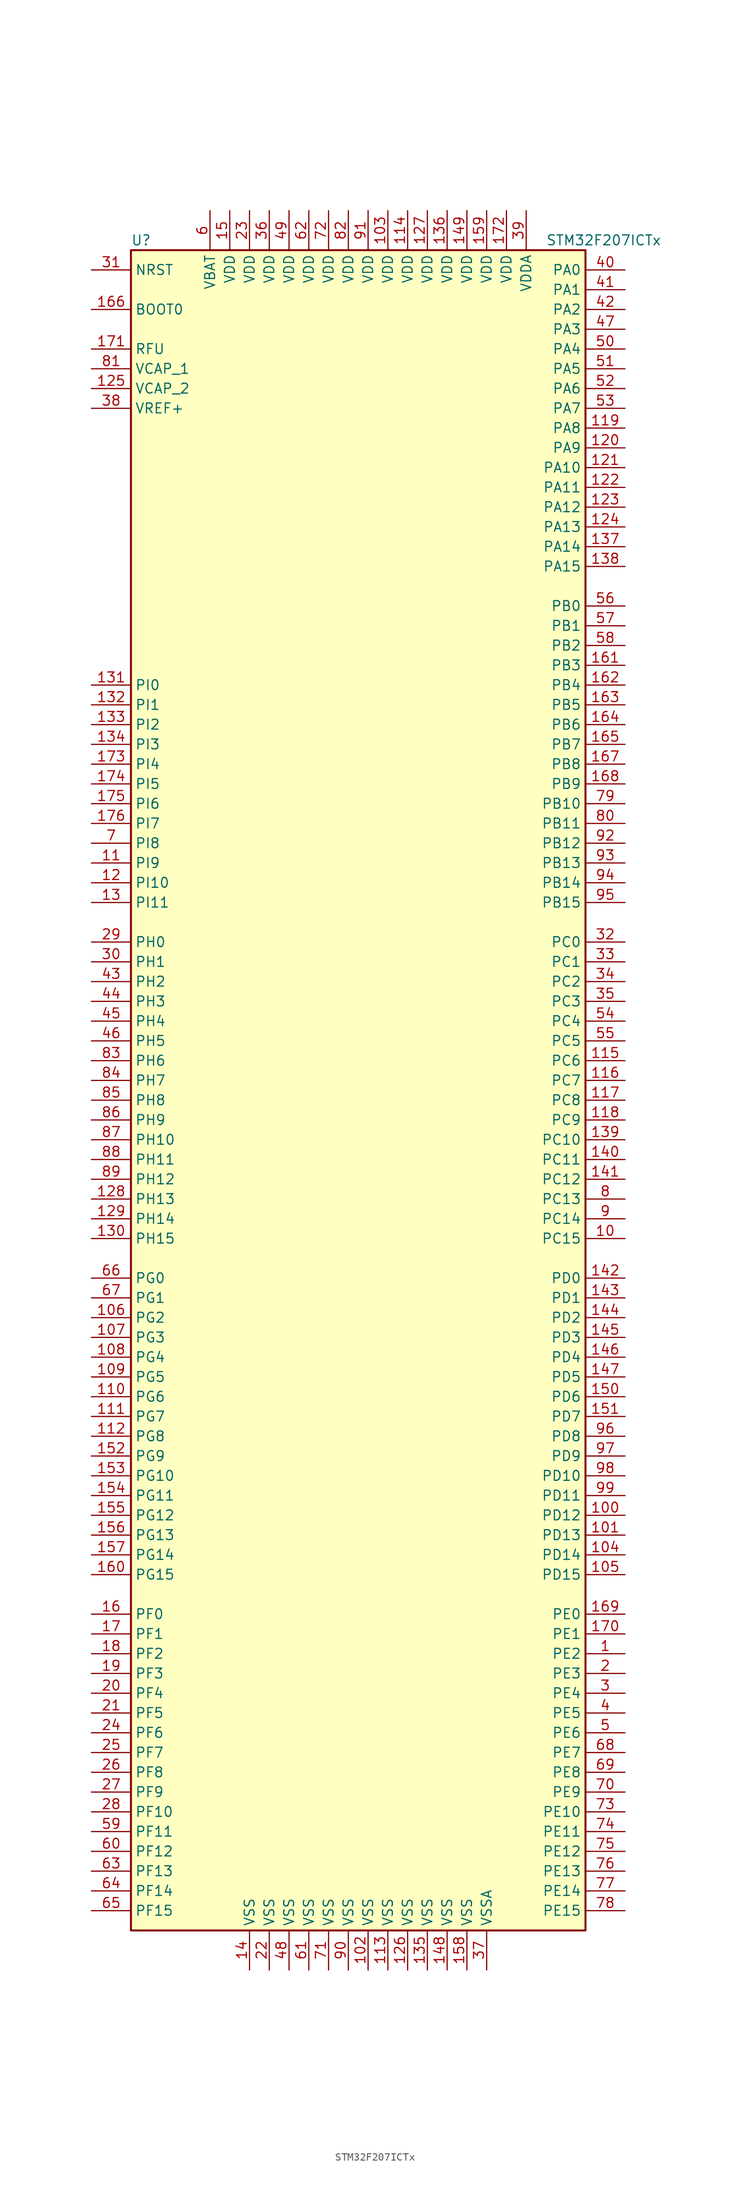
<source format=kicad_sym>
(kicad_symbol_lib
  (version 20201005)
  (generator kicad_symbol_editor)
  (symbol "STM32F207ICTx"
    (property "Reference" "U"
      (at -30.48 107.95 0)
      (effects (font (size 1.27 1.27)) (justify left)))
    (property "Value" "STM32F207ICTx"
      (at 22.86 107.95 0)
      (effects (font (size 1.27 1.27)) (justify left)))
    (symbol "STM32F207ICTx_0_1"
      (rectangle (start -30.48 -109.22) (end 27.94 106.68) (stroke (width 0.254)) (fill (type background))))
    (symbol "STM32F207ICTx_1_1"
      (pin input line (at -35.56 99.06 0) (length 5.08) (name "BOOT0" (effects (font (size 1.27 1.27)))) (number "166" (effects (font (size 1.27 1.27)))))
      (pin input line (at -35.56 104.14 0) (length 5.08) (name "NRST" (effects (font (size 1.27 1.27)))) (number "31" (effects (font (size 1.27 1.27)))))
      (pin bidirectional line (at 33.02 104.14 180) (length 5.08) (name "PA0" (effects (font (size 1.27 1.27)))) (number "40" (effects (font (size 1.27 1.27)))))
      (pin bidirectional line (at 33.02 101.6 180) (length 5.08) (name "PA1" (effects (font (size 1.27 1.27)))) (number "41" (effects (font (size 1.27 1.27)))))
      (pin bidirectional line (at 33.02 78.74 180) (length 5.08) (name "PA10" (effects (font (size 1.27 1.27)))) (number "121" (effects (font (size 1.27 1.27)))))
      (pin bidirectional line (at 33.02 76.2 180) (length 5.08) (name "PA11" (effects (font (size 1.27 1.27)))) (number "122" (effects (font (size 1.27 1.27)))))
      (pin bidirectional line (at 33.02 73.66 180) (length 5.08) (name "PA12" (effects (font (size 1.27 1.27)))) (number "123" (effects (font (size 1.27 1.27)))))
      (pin bidirectional line (at 33.02 71.12 180) (length 5.08) (name "PA13" (effects (font (size 1.27 1.27)))) (number "124" (effects (font (size 1.27 1.27)))))
      (pin bidirectional line (at 33.02 68.58 180) (length 5.08) (name "PA14" (effects (font (size 1.27 1.27)))) (number "137" (effects (font (size 1.27 1.27)))))
      (pin bidirectional line (at 33.02 66.04 180) (length 5.08) (name "PA15" (effects (font (size 1.27 1.27)))) (number "138" (effects (font (size 1.27 1.27)))))
      (pin bidirectional line (at 33.02 99.06 180) (length 5.08) (name "PA2" (effects (font (size 1.27 1.27)))) (number "42" (effects (font (size 1.27 1.27)))))
      (pin bidirectional line (at 33.02 96.52 180) (length 5.08) (name "PA3" (effects (font (size 1.27 1.27)))) (number "47" (effects (font (size 1.27 1.27)))))
      (pin bidirectional line (at 33.02 93.98 180) (length 5.08) (name "PA4" (effects (font (size 1.27 1.27)))) (number "50" (effects (font (size 1.27 1.27)))))
      (pin bidirectional line (at 33.02 91.44 180) (length 5.08) (name "PA5" (effects (font (size 1.27 1.27)))) (number "51" (effects (font (size 1.27 1.27)))))
      (pin bidirectional line (at 33.02 88.9 180) (length 5.08) (name "PA6" (effects (font (size 1.27 1.27)))) (number "52" (effects (font (size 1.27 1.27)))))
      (pin bidirectional line (at 33.02 86.36 180) (length 5.08) (name "PA7" (effects (font (size 1.27 1.27)))) (number "53" (effects (font (size 1.27 1.27)))))
      (pin bidirectional line (at 33.02 83.82 180) (length 5.08) (name "PA8" (effects (font (size 1.27 1.27)))) (number "119" (effects (font (size 1.27 1.27)))))
      (pin bidirectional line (at 33.02 81.28 180) (length 5.08) (name "PA9" (effects (font (size 1.27 1.27)))) (number "120" (effects (font (size 1.27 1.27)))))
      (pin bidirectional line (at 33.02 60.96 180) (length 5.08) (name "PB0" (effects (font (size 1.27 1.27)))) (number "56" (effects (font (size 1.27 1.27)))))
      (pin bidirectional line (at 33.02 58.42 180) (length 5.08) (name "PB1" (effects (font (size 1.27 1.27)))) (number "57" (effects (font (size 1.27 1.27)))))
      (pin bidirectional line (at 33.02 35.56 180) (length 5.08) (name "PB10" (effects (font (size 1.27 1.27)))) (number "79" (effects (font (size 1.27 1.27)))))
      (pin bidirectional line (at 33.02 33.02 180) (length 5.08) (name "PB11" (effects (font (size 1.27 1.27)))) (number "80" (effects (font (size 1.27 1.27)))))
      (pin bidirectional line (at 33.02 30.48 180) (length 5.08) (name "PB12" (effects (font (size 1.27 1.27)))) (number "92" (effects (font (size 1.27 1.27)))))
      (pin bidirectional line (at 33.02 27.94 180) (length 5.08) (name "PB13" (effects (font (size 1.27 1.27)))) (number "93" (effects (font (size 1.27 1.27)))))
      (pin bidirectional line (at 33.02 25.4 180) (length 5.08) (name "PB14" (effects (font (size 1.27 1.27)))) (number "94" (effects (font (size 1.27 1.27)))))
      (pin bidirectional line (at 33.02 22.86 180) (length 5.08) (name "PB15" (effects (font (size 1.27 1.27)))) (number "95" (effects (font (size 1.27 1.27)))))
      (pin bidirectional line (at 33.02 55.88 180) (length 5.08) (name "PB2" (effects (font (size 1.27 1.27)))) (number "58" (effects (font (size 1.27 1.27)))))
      (pin bidirectional line (at 33.02 53.34 180) (length 5.08) (name "PB3" (effects (font (size 1.27 1.27)))) (number "161" (effects (font (size 1.27 1.27)))))
      (pin bidirectional line (at 33.02 50.8 180) (length 5.08) (name "PB4" (effects (font (size 1.27 1.27)))) (number "162" (effects (font (size 1.27 1.27)))))
      (pin bidirectional line (at 33.02 48.26 180) (length 5.08) (name "PB5" (effects (font (size 1.27 1.27)))) (number "163" (effects (font (size 1.27 1.27)))))
      (pin bidirectional line (at 33.02 45.72 180) (length 5.08) (name "PB6" (effects (font (size 1.27 1.27)))) (number "164" (effects (font (size 1.27 1.27)))))
      (pin bidirectional line (at 33.02 43.18 180) (length 5.08) (name "PB7" (effects (font (size 1.27 1.27)))) (number "165" (effects (font (size 1.27 1.27)))))
      (pin bidirectional line (at 33.02 40.64 180) (length 5.08) (name "PB8" (effects (font (size 1.27 1.27)))) (number "167" (effects (font (size 1.27 1.27)))))
      (pin bidirectional line (at 33.02 38.1 180) (length 5.08) (name "PB9" (effects (font (size 1.27 1.27)))) (number "168" (effects (font (size 1.27 1.27)))))
      (pin bidirectional line (at 33.02 17.78 180) (length 5.08) (name "PC0" (effects (font (size 1.27 1.27)))) (number "32" (effects (font (size 1.27 1.27)))))
      (pin bidirectional line (at 33.02 15.24 180) (length 5.08) (name "PC1" (effects (font (size 1.27 1.27)))) (number "33" (effects (font (size 1.27 1.27)))))
      (pin bidirectional line (at 33.02 -7.62 180) (length 5.08) (name "PC10" (effects (font (size 1.27 1.27)))) (number "139" (effects (font (size 1.27 1.27)))))
      (pin bidirectional line (at 33.02 -10.16 180) (length 5.08) (name "PC11" (effects (font (size 1.27 1.27)))) (number "140" (effects (font (size 1.27 1.27)))))
      (pin bidirectional line (at 33.02 -12.7 180) (length 5.08) (name "PC12" (effects (font (size 1.27 1.27)))) (number "141" (effects (font (size 1.27 1.27)))))
      (pin bidirectional line (at 33.02 -15.24 180) (length 5.08) (name "PC13" (effects (font (size 1.27 1.27)))) (number "8" (effects (font (size 1.27 1.27)))))
      (pin bidirectional line (at 33.02 -17.78 180) (length 5.08) (name "PC14" (effects (font (size 1.27 1.27)))) (number "9" (effects (font (size 1.27 1.27)))))
      (pin bidirectional line (at 33.02 -20.32 180) (length 5.08) (name "PC15" (effects (font (size 1.27 1.27)))) (number "10" (effects (font (size 1.27 1.27)))))
      (pin bidirectional line (at 33.02 12.7 180) (length 5.08) (name "PC2" (effects (font (size 1.27 1.27)))) (number "34" (effects (font (size 1.27 1.27)))))
      (pin bidirectional line (at 33.02 10.16 180) (length 5.08) (name "PC3" (effects (font (size 1.27 1.27)))) (number "35" (effects (font (size 1.27 1.27)))))
      (pin bidirectional line (at 33.02 7.62 180) (length 5.08) (name "PC4" (effects (font (size 1.27 1.27)))) (number "54" (effects (font (size 1.27 1.27)))))
      (pin bidirectional line (at 33.02 5.08 180) (length 5.08) (name "PC5" (effects (font (size 1.27 1.27)))) (number "55" (effects (font (size 1.27 1.27)))))
      (pin bidirectional line (at 33.02 2.54 180) (length 5.08) (name "PC6" (effects (font (size 1.27 1.27)))) (number "115" (effects (font (size 1.27 1.27)))))
      (pin bidirectional line (at 33.02 0 180) (length 5.08) (name "PC7" (effects (font (size 1.27 1.27)))) (number "116" (effects (font (size 1.27 1.27)))))
      (pin bidirectional line (at 33.02 -2.54 180) (length 5.08) (name "PC8" (effects (font (size 1.27 1.27)))) (number "117" (effects (font (size 1.27 1.27)))))
      (pin bidirectional line (at 33.02 -5.08 180) (length 5.08) (name "PC9" (effects (font (size 1.27 1.27)))) (number "118" (effects (font (size 1.27 1.27)))))
      (pin bidirectional line (at 33.02 -25.4 180) (length 5.08) (name "PD0" (effects (font (size 1.27 1.27)))) (number "142" (effects (font (size 1.27 1.27)))))
      (pin bidirectional line (at 33.02 -27.94 180) (length 5.08) (name "PD1" (effects (font (size 1.27 1.27)))) (number "143" (effects (font (size 1.27 1.27)))))
      (pin bidirectional line (at 33.02 -50.8 180) (length 5.08) (name "PD10" (effects (font (size 1.27 1.27)))) (number "98" (effects (font (size 1.27 1.27)))))
      (pin bidirectional line (at 33.02 -53.34 180) (length 5.08) (name "PD11" (effects (font (size 1.27 1.27)))) (number "99" (effects (font (size 1.27 1.27)))))
      (pin bidirectional line (at 33.02 -55.88 180) (length 5.08) (name "PD12" (effects (font (size 1.27 1.27)))) (number "100" (effects (font (size 1.27 1.27)))))
      (pin bidirectional line (at 33.02 -58.42 180) (length 5.08) (name "PD13" (effects (font (size 1.27 1.27)))) (number "101" (effects (font (size 1.27 1.27)))))
      (pin bidirectional line (at 33.02 -60.96 180) (length 5.08) (name "PD14" (effects (font (size 1.27 1.27)))) (number "104" (effects (font (size 1.27 1.27)))))
      (pin bidirectional line (at 33.02 -63.5 180) (length 5.08) (name "PD15" (effects (font (size 1.27 1.27)))) (number "105" (effects (font (size 1.27 1.27)))))
      (pin bidirectional line (at 33.02 -30.48 180) (length 5.08) (name "PD2" (effects (font (size 1.27 1.27)))) (number "144" (effects (font (size 1.27 1.27)))))
      (pin bidirectional line (at 33.02 -33.02 180) (length 5.08) (name "PD3" (effects (font (size 1.27 1.27)))) (number "145" (effects (font (size 1.27 1.27)))))
      (pin bidirectional line (at 33.02 -35.56 180) (length 5.08) (name "PD4" (effects (font (size 1.27 1.27)))) (number "146" (effects (font (size 1.27 1.27)))))
      (pin bidirectional line (at 33.02 -38.1 180) (length 5.08) (name "PD5" (effects (font (size 1.27 1.27)))) (number "147" (effects (font (size 1.27 1.27)))))
      (pin bidirectional line (at 33.02 -40.64 180) (length 5.08) (name "PD6" (effects (font (size 1.27 1.27)))) (number "150" (effects (font (size 1.27 1.27)))))
      (pin bidirectional line (at 33.02 -43.18 180) (length 5.08) (name "PD7" (effects (font (size 1.27 1.27)))) (number "151" (effects (font (size 1.27 1.27)))))
      (pin bidirectional line (at 33.02 -45.72 180) (length 5.08) (name "PD8" (effects (font (size 1.27 1.27)))) (number "96" (effects (font (size 1.27 1.27)))))
      (pin bidirectional line (at 33.02 -48.26 180) (length 5.08) (name "PD9" (effects (font (size 1.27 1.27)))) (number "97" (effects (font (size 1.27 1.27)))))
      (pin bidirectional line (at 33.02 -68.58 180) (length 5.08) (name "PE0" (effects (font (size 1.27 1.27)))) (number "169" (effects (font (size 1.27 1.27)))))
      (pin bidirectional line (at 33.02 -71.12 180) (length 5.08) (name "PE1" (effects (font (size 1.27 1.27)))) (number "170" (effects (font (size 1.27 1.27)))))
      (pin bidirectional line (at 33.02 -93.98 180) (length 5.08) (name "PE10" (effects (font (size 1.27 1.27)))) (number "73" (effects (font (size 1.27 1.27)))))
      (pin bidirectional line (at 33.02 -96.52 180) (length 5.08) (name "PE11" (effects (font (size 1.27 1.27)))) (number "74" (effects (font (size 1.27 1.27)))))
      (pin bidirectional line (at 33.02 -99.06 180) (length 5.08) (name "PE12" (effects (font (size 1.27 1.27)))) (number "75" (effects (font (size 1.27 1.27)))))
      (pin bidirectional line (at 33.02 -101.6 180) (length 5.08) (name "PE13" (effects (font (size 1.27 1.27)))) (number "76" (effects (font (size 1.27 1.27)))))
      (pin bidirectional line (at 33.02 -104.14 180) (length 5.08) (name "PE14" (effects (font (size 1.27 1.27)))) (number "77" (effects (font (size 1.27 1.27)))))
      (pin bidirectional line (at 33.02 -106.68 180) (length 5.08) (name "PE15" (effects (font (size 1.27 1.27)))) (number "78" (effects (font (size 1.27 1.27)))))
      (pin bidirectional line (at 33.02 -73.66 180) (length 5.08) (name "PE2" (effects (font (size 1.27 1.27)))) (number "1" (effects (font (size 1.27 1.27)))))
      (pin bidirectional line (at 33.02 -76.2 180) (length 5.08) (name "PE3" (effects (font (size 1.27 1.27)))) (number "2" (effects (font (size 1.27 1.27)))))
      (pin bidirectional line (at 33.02 -78.74 180) (length 5.08) (name "PE4" (effects (font (size 1.27 1.27)))) (number "3" (effects (font (size 1.27 1.27)))))
      (pin bidirectional line (at 33.02 -81.28 180) (length 5.08) (name "PE5" (effects (font (size 1.27 1.27)))) (number "4" (effects (font (size 1.27 1.27)))))
      (pin bidirectional line (at 33.02 -83.82 180) (length 5.08) (name "PE6" (effects (font (size 1.27 1.27)))) (number "5" (effects (font (size 1.27 1.27)))))
      (pin bidirectional line (at 33.02 -86.36 180) (length 5.08) (name "PE7" (effects (font (size 1.27 1.27)))) (number "68" (effects (font (size 1.27 1.27)))))
      (pin bidirectional line (at 33.02 -88.9 180) (length 5.08) (name "PE8" (effects (font (size 1.27 1.27)))) (number "69" (effects (font (size 1.27 1.27)))))
      (pin bidirectional line (at 33.02 -91.44 180) (length 5.08) (name "PE9" (effects (font (size 1.27 1.27)))) (number "70" (effects (font (size 1.27 1.27)))))
      (pin bidirectional line (at -35.56 -68.58 0) (length 5.08) (name "PF0" (effects (font (size 1.27 1.27)))) (number "16" (effects (font (size 1.27 1.27)))))
      (pin bidirectional line (at -35.56 -71.12 0) (length 5.08) (name "PF1" (effects (font (size 1.27 1.27)))) (number "17" (effects (font (size 1.27 1.27)))))
      (pin bidirectional line (at -35.56 -93.98 0) (length 5.08) (name "PF10" (effects (font (size 1.27 1.27)))) (number "28" (effects (font (size 1.27 1.27)))))
      (pin bidirectional line (at -35.56 -96.52 0) (length 5.08) (name "PF11" (effects (font (size 1.27 1.27)))) (number "59" (effects (font (size 1.27 1.27)))))
      (pin bidirectional line (at -35.56 -99.06 0) (length 5.08) (name "PF12" (effects (font (size 1.27 1.27)))) (number "60" (effects (font (size 1.27 1.27)))))
      (pin bidirectional line (at -35.56 -101.6 0) (length 5.08) (name "PF13" (effects (font (size 1.27 1.27)))) (number "63" (effects (font (size 1.27 1.27)))))
      (pin bidirectional line (at -35.56 -104.14 0) (length 5.08) (name "PF14" (effects (font (size 1.27 1.27)))) (number "64" (effects (font (size 1.27 1.27)))))
      (pin bidirectional line (at -35.56 -106.68 0) (length 5.08) (name "PF15" (effects (font (size 1.27 1.27)))) (number "65" (effects (font (size 1.27 1.27)))))
      (pin bidirectional line (at -35.56 -73.66 0) (length 5.08) (name "PF2" (effects (font (size 1.27 1.27)))) (number "18" (effects (font (size 1.27 1.27)))))
      (pin bidirectional line (at -35.56 -76.2 0) (length 5.08) (name "PF3" (effects (font (size 1.27 1.27)))) (number "19" (effects (font (size 1.27 1.27)))))
      (pin bidirectional line (at -35.56 -78.74 0) (length 5.08) (name "PF4" (effects (font (size 1.27 1.27)))) (number "20" (effects (font (size 1.27 1.27)))))
      (pin bidirectional line (at -35.56 -81.28 0) (length 5.08) (name "PF5" (effects (font (size 1.27 1.27)))) (number "21" (effects (font (size 1.27 1.27)))))
      (pin bidirectional line (at -35.56 -83.82 0) (length 5.08) (name "PF6" (effects (font (size 1.27 1.27)))) (number "24" (effects (font (size 1.27 1.27)))))
      (pin bidirectional line (at -35.56 -86.36 0) (length 5.08) (name "PF7" (effects (font (size 1.27 1.27)))) (number "25" (effects (font (size 1.27 1.27)))))
      (pin bidirectional line (at -35.56 -88.9 0) (length 5.08) (name "PF8" (effects (font (size 1.27 1.27)))) (number "26" (effects (font (size 1.27 1.27)))))
      (pin bidirectional line (at -35.56 -91.44 0) (length 5.08) (name "PF9" (effects (font (size 1.27 1.27)))) (number "27" (effects (font (size 1.27 1.27)))))
      (pin bidirectional line (at -35.56 -25.4 0) (length 5.08) (name "PG0" (effects (font (size 1.27 1.27)))) (number "66" (effects (font (size 1.27 1.27)))))
      (pin bidirectional line (at -35.56 -27.94 0) (length 5.08) (name "PG1" (effects (font (size 1.27 1.27)))) (number "67" (effects (font (size 1.27 1.27)))))
      (pin bidirectional line (at -35.56 -50.8 0) (length 5.08) (name "PG10" (effects (font (size 1.27 1.27)))) (number "153" (effects (font (size 1.27 1.27)))))
      (pin bidirectional line (at -35.56 -53.34 0) (length 5.08) (name "PG11" (effects (font (size 1.27 1.27)))) (number "154" (effects (font (size 1.27 1.27)))))
      (pin bidirectional line (at -35.56 -55.88 0) (length 5.08) (name "PG12" (effects (font (size 1.27 1.27)))) (number "155" (effects (font (size 1.27 1.27)))))
      (pin bidirectional line (at -35.56 -58.42 0) (length 5.08) (name "PG13" (effects (font (size 1.27 1.27)))) (number "156" (effects (font (size 1.27 1.27)))))
      (pin bidirectional line (at -35.56 -60.96 0) (length 5.08) (name "PG14" (effects (font (size 1.27 1.27)))) (number "157" (effects (font (size 1.27 1.27)))))
      (pin bidirectional line (at -35.56 -63.5 0) (length 5.08) (name "PG15" (effects (font (size 1.27 1.27)))) (number "160" (effects (font (size 1.27 1.27)))))
      (pin bidirectional line (at -35.56 -30.48 0) (length 5.08) (name "PG2" (effects (font (size 1.27 1.27)))) (number "106" (effects (font (size 1.27 1.27)))))
      (pin bidirectional line (at -35.56 -33.02 0) (length 5.08) (name "PG3" (effects (font (size 1.27 1.27)))) (number "107" (effects (font (size 1.27 1.27)))))
      (pin bidirectional line (at -35.56 -35.56 0) (length 5.08) (name "PG4" (effects (font (size 1.27 1.27)))) (number "108" (effects (font (size 1.27 1.27)))))
      (pin bidirectional line (at -35.56 -38.1 0) (length 5.08) (name "PG5" (effects (font (size 1.27 1.27)))) (number "109" (effects (font (size 1.27 1.27)))))
      (pin bidirectional line (at -35.56 -40.64 0) (length 5.08) (name "PG6" (effects (font (size 1.27 1.27)))) (number "110" (effects (font (size 1.27 1.27)))))
      (pin bidirectional line (at -35.56 -43.18 0) (length 5.08) (name "PG7" (effects (font (size 1.27 1.27)))) (number "111" (effects (font (size 1.27 1.27)))))
      (pin bidirectional line (at -35.56 -45.72 0) (length 5.08) (name "PG8" (effects (font (size 1.27 1.27)))) (number "112" (effects (font (size 1.27 1.27)))))
      (pin bidirectional line (at -35.56 -48.26 0) (length 5.08) (name "PG9" (effects (font (size 1.27 1.27)))) (number "152" (effects (font (size 1.27 1.27)))))
      (pin input line (at -35.56 17.78 0) (length 5.08) (name "PH0" (effects (font (size 1.27 1.27)))) (number "29" (effects (font (size 1.27 1.27)))))
      (pin input line (at -35.56 15.24 0) (length 5.08) (name "PH1" (effects (font (size 1.27 1.27)))) (number "30" (effects (font (size 1.27 1.27)))))
      (pin bidirectional line (at -35.56 -7.62 0) (length 5.08) (name "PH10" (effects (font (size 1.27 1.27)))) (number "87" (effects (font (size 1.27 1.27)))))
      (pin bidirectional line (at -35.56 -10.16 0) (length 5.08) (name "PH11" (effects (font (size 1.27 1.27)))) (number "88" (effects (font (size 1.27 1.27)))))
      (pin bidirectional line (at -35.56 -12.7 0) (length 5.08) (name "PH12" (effects (font (size 1.27 1.27)))) (number "89" (effects (font (size 1.27 1.27)))))
      (pin bidirectional line (at -35.56 -15.24 0) (length 5.08) (name "PH13" (effects (font (size 1.27 1.27)))) (number "128" (effects (font (size 1.27 1.27)))))
      (pin bidirectional line (at -35.56 -17.78 0) (length 5.08) (name "PH14" (effects (font (size 1.27 1.27)))) (number "129" (effects (font (size 1.27 1.27)))))
      (pin bidirectional line (at -35.56 -20.32 0) (length 5.08) (name "PH15" (effects (font (size 1.27 1.27)))) (number "130" (effects (font (size 1.27 1.27)))))
      (pin bidirectional line (at -35.56 12.7 0) (length 5.08) (name "PH2" (effects (font (size 1.27 1.27)))) (number "43" (effects (font (size 1.27 1.27)))))
      (pin bidirectional line (at -35.56 10.16 0) (length 5.08) (name "PH3" (effects (font (size 1.27 1.27)))) (number "44" (effects (font (size 1.27 1.27)))))
      (pin bidirectional line (at -35.56 7.62 0) (length 5.08) (name "PH4" (effects (font (size 1.27 1.27)))) (number "45" (effects (font (size 1.27 1.27)))))
      (pin bidirectional line (at -35.56 5.08 0) (length 5.08) (name "PH5" (effects (font (size 1.27 1.27)))) (number "46" (effects (font (size 1.27 1.27)))))
      (pin bidirectional line (at -35.56 2.54 0) (length 5.08) (name "PH6" (effects (font (size 1.27 1.27)))) (number "83" (effects (font (size 1.27 1.27)))))
      (pin bidirectional line (at -35.56 0 0) (length 5.08) (name "PH7" (effects (font (size 1.27 1.27)))) (number "84" (effects (font (size 1.27 1.27)))))
      (pin bidirectional line (at -35.56 -2.54 0) (length 5.08) (name "PH8" (effects (font (size 1.27 1.27)))) (number "85" (effects (font (size 1.27 1.27)))))
      (pin bidirectional line (at -35.56 -5.08 0) (length 5.08) (name "PH9" (effects (font (size 1.27 1.27)))) (number "86" (effects (font (size 1.27 1.27)))))
      (pin bidirectional line (at -35.56 50.8 0) (length 5.08) (name "PI0" (effects (font (size 1.27 1.27)))) (number "131" (effects (font (size 1.27 1.27)))))
      (pin bidirectional line (at -35.56 48.26 0) (length 5.08) (name "PI1" (effects (font (size 1.27 1.27)))) (number "132" (effects (font (size 1.27 1.27)))))
      (pin bidirectional line (at -35.56 25.4 0) (length 5.08) (name "PI10" (effects (font (size 1.27 1.27)))) (number "12" (effects (font (size 1.27 1.27)))))
      (pin bidirectional line (at -35.56 22.86 0) (length 5.08) (name "PI11" (effects (font (size 1.27 1.27)))) (number "13" (effects (font (size 1.27 1.27)))))
      (pin bidirectional line (at -35.56 45.72 0) (length 5.08) (name "PI2" (effects (font (size 1.27 1.27)))) (number "133" (effects (font (size 1.27 1.27)))))
      (pin bidirectional line (at -35.56 43.18 0) (length 5.08) (name "PI3" (effects (font (size 1.27 1.27)))) (number "134" (effects (font (size 1.27 1.27)))))
      (pin bidirectional line (at -35.56 40.64 0) (length 5.08) (name "PI4" (effects (font (size 1.27 1.27)))) (number "173" (effects (font (size 1.27 1.27)))))
      (pin bidirectional line (at -35.56 38.1 0) (length 5.08) (name "PI5" (effects (font (size 1.27 1.27)))) (number "174" (effects (font (size 1.27 1.27)))))
      (pin bidirectional line (at -35.56 35.56 0) (length 5.08) (name "PI6" (effects (font (size 1.27 1.27)))) (number "175" (effects (font (size 1.27 1.27)))))
      (pin bidirectional line (at -35.56 33.02 0) (length 5.08) (name "PI7" (effects (font (size 1.27 1.27)))) (number "176" (effects (font (size 1.27 1.27)))))
      (pin bidirectional line (at -35.56 30.48 0) (length 5.08) (name "PI8" (effects (font (size 1.27 1.27)))) (number "7" (effects (font (size 1.27 1.27)))))
      (pin bidirectional line (at -35.56 27.94 0) (length 5.08) (name "PI9" (effects (font (size 1.27 1.27)))) (number "11" (effects (font (size 1.27 1.27)))))
      (pin power_in line (at -35.56 93.98 0) (length 5.08) (name "RFU" (effects (font (size 1.27 1.27)))) (number "171" (effects (font (size 1.27 1.27)))))
      (pin power_in line (at -20.32 111.76 270) (length 5.08) (name "VBAT" (effects (font (size 1.27 1.27)))) (number "6" (effects (font (size 1.27 1.27)))))
      (pin power_in line (at -35.56 91.44 0) (length 5.08) (name "VCAP_1" (effects (font (size 1.27 1.27)))) (number "81" (effects (font (size 1.27 1.27)))))
      (pin power_in line (at -35.56 88.9 0) (length 5.08) (name "VCAP_2" (effects (font (size 1.27 1.27)))) (number "125" (effects (font (size 1.27 1.27)))))
      (pin power_in line (at 2.54 111.76 270) (length 5.08) (name "VDD" (effects (font (size 1.27 1.27)))) (number "103" (effects (font (size 1.27 1.27)))))
      (pin power_in line (at 5.08 111.76 270) (length 5.08) (name "VDD" (effects (font (size 1.27 1.27)))) (number "114" (effects (font (size 1.27 1.27)))))
      (pin power_in line (at 7.62 111.76 270) (length 5.08) (name "VDD" (effects (font (size 1.27 1.27)))) (number "127" (effects (font (size 1.27 1.27)))))
      (pin power_in line (at 10.16 111.76 270) (length 5.08) (name "VDD" (effects (font (size 1.27 1.27)))) (number "136" (effects (font (size 1.27 1.27)))))
      (pin power_in line (at 12.7 111.76 270) (length 5.08) (name "VDD" (effects (font (size 1.27 1.27)))) (number "149" (effects (font (size 1.27 1.27)))))
      (pin power_in line (at -17.78 111.76 270) (length 5.08) (name "VDD" (effects (font (size 1.27 1.27)))) (number "15" (effects (font (size 1.27 1.27)))))
      (pin power_in line (at 15.24 111.76 270) (length 5.08) (name "VDD" (effects (font (size 1.27 1.27)))) (number "159" (effects (font (size 1.27 1.27)))))
      (pin power_in line (at 17.78 111.76 270) (length 5.08) (name "VDD" (effects (font (size 1.27 1.27)))) (number "172" (effects (font (size 1.27 1.27)))))
      (pin power_in line (at -15.24 111.76 270) (length 5.08) (name "VDD" (effects (font (size 1.27 1.27)))) (number "23" (effects (font (size 1.27 1.27)))))
      (pin power_in line (at -12.7 111.76 270) (length 5.08) (name "VDD" (effects (font (size 1.27 1.27)))) (number "36" (effects (font (size 1.27 1.27)))))
      (pin power_in line (at -10.16 111.76 270) (length 5.08) (name "VDD" (effects (font (size 1.27 1.27)))) (number "49" (effects (font (size 1.27 1.27)))))
      (pin power_in line (at -7.62 111.76 270) (length 5.08) (name "VDD" (effects (font (size 1.27 1.27)))) (number "62" (effects (font (size 1.27 1.27)))))
      (pin power_in line (at -5.08 111.76 270) (length 5.08) (name "VDD" (effects (font (size 1.27 1.27)))) (number "72" (effects (font (size 1.27 1.27)))))
      (pin power_in line (at -2.54 111.76 270) (length 5.08) (name "VDD" (effects (font (size 1.27 1.27)))) (number "82" (effects (font (size 1.27 1.27)))))
      (pin power_in line (at 0 111.76 270) (length 5.08) (name "VDD" (effects (font (size 1.27 1.27)))) (number "91" (effects (font (size 1.27 1.27)))))
      (pin power_in line (at 20.32 111.76 270) (length 5.08) (name "VDDA" (effects (font (size 1.27 1.27)))) (number "39" (effects (font (size 1.27 1.27)))))
      (pin power_in line (at -35.56 86.36 0) (length 5.08) (name "VREF+" (effects (font (size 1.27 1.27)))) (number "38" (effects (font (size 1.27 1.27)))))
      (pin power_in line (at 0 -114.3 90) (length 5.08) (name "VSS" (effects (font (size 1.27 1.27)))) (number "102" (effects (font (size 1.27 1.27)))))
      (pin power_in line (at 2.54 -114.3 90) (length 5.08) (name "VSS" (effects (font (size 1.27 1.27)))) (number "113" (effects (font (size 1.27 1.27)))))
      (pin power_in line (at 5.08 -114.3 90) (length 5.08) (name "VSS" (effects (font (size 1.27 1.27)))) (number "126" (effects (font (size 1.27 1.27)))))
      (pin power_in line (at 7.62 -114.3 90) (length 5.08) (name "VSS" (effects (font (size 1.27 1.27)))) (number "135" (effects (font (size 1.27 1.27)))))
      (pin power_in line (at -15.24 -114.3 90) (length 5.08) (name "VSS" (effects (font (size 1.27 1.27)))) (number "14" (effects (font (size 1.27 1.27)))))
      (pin power_in line (at 10.16 -114.3 90) (length 5.08) (name "VSS" (effects (font (size 1.27 1.27)))) (number "148" (effects (font (size 1.27 1.27)))))
      (pin power_in line (at 12.7 -114.3 90) (length 5.08) (name "VSS" (effects (font (size 1.27 1.27)))) (number "158" (effects (font (size 1.27 1.27)))))
      (pin power_in line (at -12.7 -114.3 90) (length 5.08) (name "VSS" (effects (font (size 1.27 1.27)))) (number "22" (effects (font (size 1.27 1.27)))))
      (pin power_in line (at -10.16 -114.3 90) (length 5.08) (name "VSS" (effects (font (size 1.27 1.27)))) (number "48" (effects (font (size 1.27 1.27)))))
      (pin power_in line (at -7.62 -114.3 90) (length 5.08) (name "VSS" (effects (font (size 1.27 1.27)))) (number "61" (effects (font (size 1.27 1.27)))))
      (pin power_in line (at -5.08 -114.3 90) (length 5.08) (name "VSS" (effects (font (size 1.27 1.27)))) (number "71" (effects (font (size 1.27 1.27)))))
      (pin power_in line (at -2.54 -114.3 90) (length 5.08) (name "VSS" (effects (font (size 1.27 1.27)))) (number "90" (effects (font (size 1.27 1.27)))))
      (pin power_in line (at 15.24 -114.3 90) (length 5.08) (name "VSSA" (effects (font (size 1.27 1.27)))) (number "37" (effects (font (size 1.27 1.27))))))))
</source>
